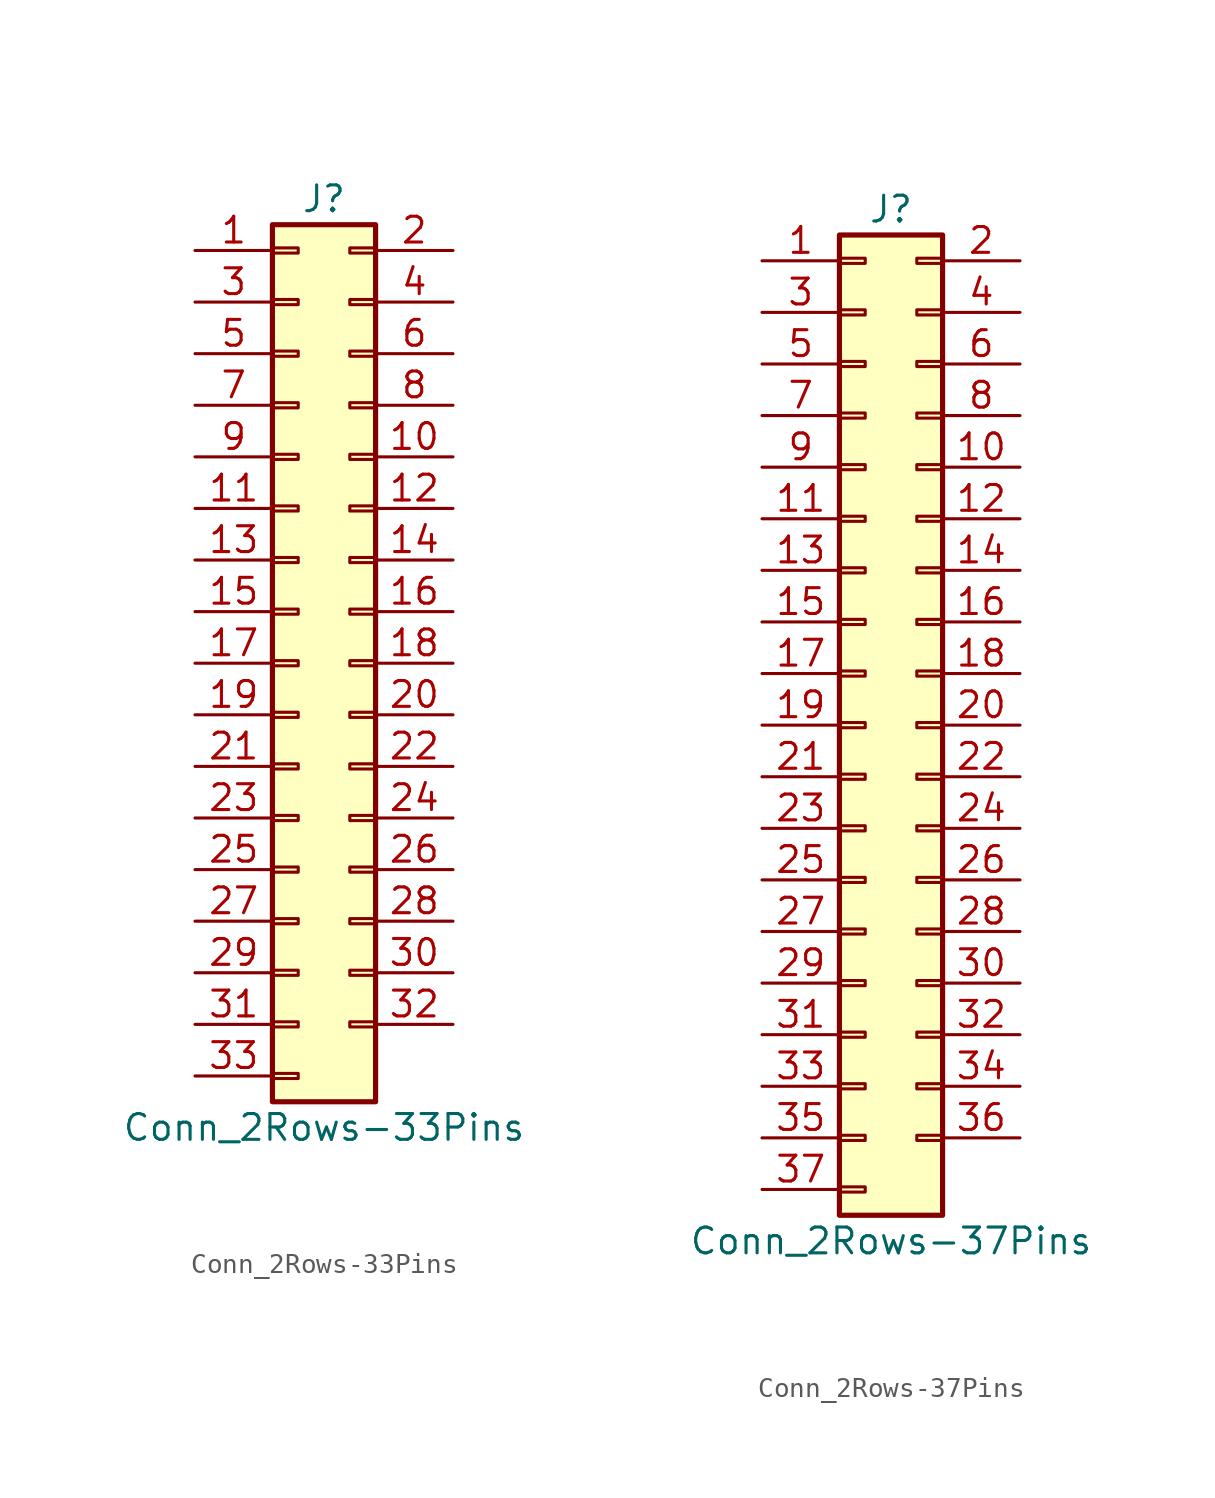
<source format=kicad_sym>
(kicad_symbol_lib
  (version 20220914)
  (generator kicad_symbol_editor)
  (symbol "Conn_2Rows-33Pins"
    (pin_names
      (offset 1.016) hide)
    (property "Reference" "J"
      (at 1.27 22.86 0)
      (effects (font (size 1.27 1.27))))
    (property "Value" "Conn_2Rows-33Pins"
      (at 1.27 -22.86 0)
      (effects (font (size 1.27 1.27))))
    (symbol "Conn_2Rows-33Pins_1_1"
      (rectangle (start -1.27 -20.193) (end 0 -20.447) (stroke (width 0.152) (type default)) (fill (type none)))
      (rectangle (start -1.27 -17.653) (end 0 -17.907) (stroke (width 0.152) (type default)) (fill (type none)))
      (rectangle (start -1.27 -15.113) (end 0 -15.367) (stroke (width 0.152) (type default)) (fill (type none)))
      (rectangle (start -1.27 -12.573) (end 0 -12.827) (stroke (width 0.152) (type default)) (fill (type none)))
      (rectangle (start -1.27 -10.033) (end 0 -10.287) (stroke (width 0.152) (type default)) (fill (type none)))
      (rectangle (start -1.27 -7.493) (end 0 -7.747) (stroke (width 0.152) (type default)) (fill (type none)))
      (rectangle (start -1.27 -4.953) (end 0 -5.207) (stroke (width 0.152) (type default)) (fill (type none)))
      (rectangle (start -1.27 -2.413) (end 0 -2.667) (stroke (width 0.152) (type default)) (fill (type none)))
      (rectangle (start -1.27 0.127) (end 0 -0.127) (stroke (width 0.152) (type default)) (fill (type none)))
      (rectangle (start -1.27 2.667) (end 0 2.413) (stroke (width 0.152) (type default)) (fill (type none)))
      (rectangle (start -1.27 5.207) (end 0 4.953) (stroke (width 0.152) (type default)) (fill (type none)))
      (rectangle (start -1.27 7.747) (end 0 7.493) (stroke (width 0.152) (type default)) (fill (type none)))
      (rectangle (start -1.27 10.287) (end 0 10.033) (stroke (width 0.152) (type default)) (fill (type none)))
      (rectangle (start -1.27 12.827) (end 0 12.573) (stroke (width 0.152) (type default)) (fill (type none)))
      (rectangle (start -1.27 15.367) (end 0 15.113) (stroke (width 0.152) (type default)) (fill (type none)))
      (rectangle (start -1.27 17.907) (end 0 17.653) (stroke (width 0.152) (type default)) (fill (type none)))
      (rectangle (start -1.27 20.447) (end 0 20.193) (stroke (width 0.152) (type default)) (fill (type none)))
      (rectangle (start -1.27 21.59) (end 3.81 -21.59) (stroke (width 0.254) (type default)) (fill (type background)))
      (rectangle (start 3.81 -17.653) (end 2.54 -17.907) (stroke (width 0.152) (type default)) (fill (type none)))
      (rectangle (start 3.81 -15.113) (end 2.54 -15.367) (stroke (width 0.152) (type default)) (fill (type none)))
      (rectangle (start 3.81 -12.573) (end 2.54 -12.827) (stroke (width 0.152) (type default)) (fill (type none)))
      (rectangle (start 3.81 -10.033) (end 2.54 -10.287) (stroke (width 0.152) (type default)) (fill (type none)))
      (rectangle (start 3.81 -7.493) (end 2.54 -7.747) (stroke (width 0.152) (type default)) (fill (type none)))
      (rectangle (start 3.81 -4.953) (end 2.54 -5.207) (stroke (width 0.152) (type default)) (fill (type none)))
      (rectangle (start 3.81 -2.413) (end 2.54 -2.667) (stroke (width 0.152) (type default)) (fill (type none)))
      (rectangle (start 3.81 0.127) (end 2.54 -0.127) (stroke (width 0.152) (type default)) (fill (type none)))
      (rectangle (start 3.81 2.667) (end 2.54 2.413) (stroke (width 0.152) (type default)) (fill (type none)))
      (rectangle (start 3.81 5.207) (end 2.54 4.953) (stroke (width 0.152) (type default)) (fill (type none)))
      (rectangle (start 3.81 7.747) (end 2.54 7.493) (stroke (width 0.152) (type default)) (fill (type none)))
      (rectangle (start 3.81 10.287) (end 2.54 10.033) (stroke (width 0.152) (type default)) (fill (type none)))
      (rectangle (start 3.81 12.827) (end 2.54 12.573) (stroke (width 0.152) (type default)) (fill (type none)))
      (rectangle (start 3.81 15.367) (end 2.54 15.113) (stroke (width 0.152) (type default)) (fill (type none)))
      (rectangle (start 3.81 17.907) (end 2.54 17.653) (stroke (width 0.152) (type default)) (fill (type none)))
      (rectangle (start 3.81 20.447) (end 2.54 20.193) (stroke (width 0.152) (type default)) (fill (type none)))
      (pin passive line (at -5.08 20.32 0) (length 3.81) (name "Pin_1" (effects (font (size 1.27 1.27)))) (number "1" (effects (font (size 1.27 1.27)))))
      (pin passive line (at 7.62 10.16 180) (length 3.81) (name "Pin_10" (effects (font (size 1.27 1.27)))) (number "10" (effects (font (size 1.27 1.27)))))
      (pin passive line (at -5.08 7.62 0) (length 3.81) (name "Pin_11" (effects (font (size 1.27 1.27)))) (number "11" (effects (font (size 1.27 1.27)))))
      (pin passive line (at 7.62 7.62 180) (length 3.81) (name "Pin_12" (effects (font (size 1.27 1.27)))) (number "12" (effects (font (size 1.27 1.27)))))
      (pin passive line (at -5.08 5.08 0) (length 3.81) (name "Pin_13" (effects (font (size 1.27 1.27)))) (number "13" (effects (font (size 1.27 1.27)))))
      (pin passive line (at 7.62 5.08 180) (length 3.81) (name "Pin_14" (effects (font (size 1.27 1.27)))) (number "14" (effects (font (size 1.27 1.27)))))
      (pin passive line (at -5.08 2.54 0) (length 3.81) (name "Pin_15" (effects (font (size 1.27 1.27)))) (number "15" (effects (font (size 1.27 1.27)))))
      (pin passive line (at 7.62 2.54 180) (length 3.81) (name "Pin_16" (effects (font (size 1.27 1.27)))) (number "16" (effects (font (size 1.27 1.27)))))
      (pin passive line (at -5.08 0 0) (length 3.81) (name "Pin_17" (effects (font (size 1.27 1.27)))) (number "17" (effects (font (size 1.27 1.27)))))
      (pin passive line (at 7.62 0 180) (length 3.81) (name "Pin_18" (effects (font (size 1.27 1.27)))) (number "18" (effects (font (size 1.27 1.27)))))
      (pin passive line (at -5.08 -2.54 0) (length 3.81) (name "Pin_19" (effects (font (size 1.27 1.27)))) (number "19" (effects (font (size 1.27 1.27)))))
      (pin passive line (at 7.62 20.32 180) (length 3.81) (name "Pin_2" (effects (font (size 1.27 1.27)))) (number "2" (effects (font (size 1.27 1.27)))))
      (pin passive line (at 7.62 -2.54 180) (length 3.81) (name "Pin_20" (effects (font (size 1.27 1.27)))) (number "20" (effects (font (size 1.27 1.27)))))
      (pin passive line (at -5.08 -5.08 0) (length 3.81) (name "Pin_21" (effects (font (size 1.27 1.27)))) (number "21" (effects (font (size 1.27 1.27)))))
      (pin passive line (at 7.62 -5.08 180) (length 3.81) (name "Pin_22" (effects (font (size 1.27 1.27)))) (number "22" (effects (font (size 1.27 1.27)))))
      (pin passive line (at -5.08 -7.62 0) (length 3.81) (name "Pin_23" (effects (font (size 1.27 1.27)))) (number "23" (effects (font (size 1.27 1.27)))))
      (pin passive line (at 7.62 -7.62 180) (length 3.81) (name "Pin_24" (effects (font (size 1.27 1.27)))) (number "24" (effects (font (size 1.27 1.27)))))
      (pin passive line (at -5.08 -10.16 0) (length 3.81) (name "Pin_25" (effects (font (size 1.27 1.27)))) (number "25" (effects (font (size 1.27 1.27)))))
      (pin passive line (at 7.62 -10.16 180) (length 3.81) (name "Pin_26" (effects (font (size 1.27 1.27)))) (number "26" (effects (font (size 1.27 1.27)))))
      (pin passive line (at -5.08 -12.7 0) (length 3.81) (name "Pin_27" (effects (font (size 1.27 1.27)))) (number "27" (effects (font (size 1.27 1.27)))))
      (pin passive line (at 7.62 -12.7 180) (length 3.81) (name "Pin_28" (effects (font (size 1.27 1.27)))) (number "28" (effects (font (size 1.27 1.27)))))
      (pin passive line (at -5.08 -15.24 0) (length 3.81) (name "Pin_29" (effects (font (size 1.27 1.27)))) (number "29" (effects (font (size 1.27 1.27)))))
      (pin passive line (at -5.08 17.78 0) (length 3.81) (name "Pin_3" (effects (font (size 1.27 1.27)))) (number "3" (effects (font (size 1.27 1.27)))))
      (pin passive line (at 7.62 -15.24 180) (length 3.81) (name "Pin_30" (effects (font (size 1.27 1.27)))) (number "30" (effects (font (size 1.27 1.27)))))
      (pin passive line (at -5.08 -17.78 0) (length 3.81) (name "Pin_31" (effects (font (size 1.27 1.27)))) (number "31" (effects (font (size 1.27 1.27)))))
      (pin passive line (at 7.62 -17.78 180) (length 3.81) (name "Pin_32" (effects (font (size 1.27 1.27)))) (number "32" (effects (font (size 1.27 1.27)))))
      (pin passive line (at -5.08 -20.32 0) (length 3.81) (name "Pin_33" (effects (font (size 1.27 1.27)))) (number "33" (effects (font (size 1.27 1.27)))))
      (pin passive line (at 7.62 17.78 180) (length 3.81) (name "Pin_4" (effects (font (size 1.27 1.27)))) (number "4" (effects (font (size 1.27 1.27)))))
      (pin passive line (at -5.08 15.24 0) (length 3.81) (name "Pin_5" (effects (font (size 1.27 1.27)))) (number "5" (effects (font (size 1.27 1.27)))))
      (pin passive line (at 7.62 15.24 180) (length 3.81) (name "Pin_6" (effects (font (size 1.27 1.27)))) (number "6" (effects (font (size 1.27 1.27)))))
      (pin passive line (at -5.08 12.7 0) (length 3.81) (name "Pin_7" (effects (font (size 1.27 1.27)))) (number "7" (effects (font (size 1.27 1.27)))))
      (pin passive line (at 7.62 12.7 180) (length 3.81) (name "Pin_8" (effects (font (size 1.27 1.27)))) (number "8" (effects (font (size 1.27 1.27)))))
      (pin passive line (at -5.08 10.16 0) (length 3.81) (name "Pin_9" (effects (font (size 1.27 1.27)))) (number "9" (effects (font (size 1.27 1.27)))))))
  (symbol "Conn_2Rows-37Pins"
    (pin_names
      (offset 1.016) hide)
    (property "Reference" "J"
      (at 1.27 25.4 0)
      (effects (font (size 1.27 1.27))))
    (property "Value" "Conn_2Rows-37Pins"
      (at 1.27 -25.4 0)
      (effects (font (size 1.27 1.27))))
    (symbol "Conn_2Rows-37Pins_1_1"
      (rectangle (start -1.27 -22.733) (end 0 -22.987) (stroke (width 0.152) (type default)) (fill (type none)))
      (rectangle (start -1.27 -20.193) (end 0 -20.447) (stroke (width 0.152) (type default)) (fill (type none)))
      (rectangle (start -1.27 -17.653) (end 0 -17.907) (stroke (width 0.152) (type default)) (fill (type none)))
      (rectangle (start -1.27 -15.113) (end 0 -15.367) (stroke (width 0.152) (type default)) (fill (type none)))
      (rectangle (start -1.27 -12.573) (end 0 -12.827) (stroke (width 0.152) (type default)) (fill (type none)))
      (rectangle (start -1.27 -10.033) (end 0 -10.287) (stroke (width 0.152) (type default)) (fill (type none)))
      (rectangle (start -1.27 -7.493) (end 0 -7.747) (stroke (width 0.152) (type default)) (fill (type none)))
      (rectangle (start -1.27 -4.953) (end 0 -5.207) (stroke (width 0.152) (type default)) (fill (type none)))
      (rectangle (start -1.27 -2.413) (end 0 -2.667) (stroke (width 0.152) (type default)) (fill (type none)))
      (rectangle (start -1.27 0.127) (end 0 -0.127) (stroke (width 0.152) (type default)) (fill (type none)))
      (rectangle (start -1.27 2.667) (end 0 2.413) (stroke (width 0.152) (type default)) (fill (type none)))
      (rectangle (start -1.27 5.207) (end 0 4.953) (stroke (width 0.152) (type default)) (fill (type none)))
      (rectangle (start -1.27 7.747) (end 0 7.493) (stroke (width 0.152) (type default)) (fill (type none)))
      (rectangle (start -1.27 10.287) (end 0 10.033) (stroke (width 0.152) (type default)) (fill (type none)))
      (rectangle (start -1.27 12.827) (end 0 12.573) (stroke (width 0.152) (type default)) (fill (type none)))
      (rectangle (start -1.27 15.367) (end 0 15.113) (stroke (width 0.152) (type default)) (fill (type none)))
      (rectangle (start -1.27 17.907) (end 0 17.653) (stroke (width 0.152) (type default)) (fill (type none)))
      (rectangle (start -1.27 20.447) (end 0 20.193) (stroke (width 0.152) (type default)) (fill (type none)))
      (rectangle (start -1.27 22.987) (end 0 22.733) (stroke (width 0.152) (type default)) (fill (type none)))
      (rectangle (start -1.27 24.13) (end 3.81 -24.13) (stroke (width 0.254) (type default)) (fill (type background)))
      (rectangle (start 3.81 -20.193) (end 2.54 -20.447) (stroke (width 0.152) (type default)) (fill (type none)))
      (rectangle (start 3.81 -17.653) (end 2.54 -17.907) (stroke (width 0.152) (type default)) (fill (type none)))
      (rectangle (start 3.81 -15.113) (end 2.54 -15.367) (stroke (width 0.152) (type default)) (fill (type none)))
      (rectangle (start 3.81 -12.573) (end 2.54 -12.827) (stroke (width 0.152) (type default)) (fill (type none)))
      (rectangle (start 3.81 -10.033) (end 2.54 -10.287) (stroke (width 0.152) (type default)) (fill (type none)))
      (rectangle (start 3.81 -7.493) (end 2.54 -7.747) (stroke (width 0.152) (type default)) (fill (type none)))
      (rectangle (start 3.81 -4.953) (end 2.54 -5.207) (stroke (width 0.152) (type default)) (fill (type none)))
      (rectangle (start 3.81 -2.413) (end 2.54 -2.667) (stroke (width 0.152) (type default)) (fill (type none)))
      (rectangle (start 3.81 0.127) (end 2.54 -0.127) (stroke (width 0.152) (type default)) (fill (type none)))
      (rectangle (start 3.81 2.667) (end 2.54 2.413) (stroke (width 0.152) (type default)) (fill (type none)))
      (rectangle (start 3.81 5.207) (end 2.54 4.953) (stroke (width 0.152) (type default)) (fill (type none)))
      (rectangle (start 3.81 7.747) (end 2.54 7.493) (stroke (width 0.152) (type default)) (fill (type none)))
      (rectangle (start 3.81 10.287) (end 2.54 10.033) (stroke (width 0.152) (type default)) (fill (type none)))
      (rectangle (start 3.81 12.827) (end 2.54 12.573) (stroke (width 0.152) (type default)) (fill (type none)))
      (rectangle (start 3.81 15.367) (end 2.54 15.113) (stroke (width 0.152) (type default)) (fill (type none)))
      (rectangle (start 3.81 17.907) (end 2.54 17.653) (stroke (width 0.152) (type default)) (fill (type none)))
      (rectangle (start 3.81 20.447) (end 2.54 20.193) (stroke (width 0.152) (type default)) (fill (type none)))
      (rectangle (start 3.81 22.987) (end 2.54 22.733) (stroke (width 0.152) (type default)) (fill (type none)))
      (pin passive line (at -5.08 22.86 0) (length 3.81) (name "Pin_1" (effects (font (size 1.27 1.27)))) (number "1" (effects (font (size 1.27 1.27)))))
      (pin passive line (at 7.62 12.7 180) (length 3.81) (name "Pin_10" (effects (font (size 1.27 1.27)))) (number "10" (effects (font (size 1.27 1.27)))))
      (pin passive line (at -5.08 10.16 0) (length 3.81) (name "Pin_11" (effects (font (size 1.27 1.27)))) (number "11" (effects (font (size 1.27 1.27)))))
      (pin passive line (at 7.62 10.16 180) (length 3.81) (name "Pin_12" (effects (font (size 1.27 1.27)))) (number "12" (effects (font (size 1.27 1.27)))))
      (pin passive line (at -5.08 7.62 0) (length 3.81) (name "Pin_13" (effects (font (size 1.27 1.27)))) (number "13" (effects (font (size 1.27 1.27)))))
      (pin passive line (at 7.62 7.62 180) (length 3.81) (name "Pin_14" (effects (font (size 1.27 1.27)))) (number "14" (effects (font (size 1.27 1.27)))))
      (pin passive line (at -5.08 5.08 0) (length 3.81) (name "Pin_15" (effects (font (size 1.27 1.27)))) (number "15" (effects (font (size 1.27 1.27)))))
      (pin passive line (at 7.62 5.08 180) (length 3.81) (name "Pin_16" (effects (font (size 1.27 1.27)))) (number "16" (effects (font (size 1.27 1.27)))))
      (pin passive line (at -5.08 2.54 0) (length 3.81) (name "Pin_17" (effects (font (size 1.27 1.27)))) (number "17" (effects (font (size 1.27 1.27)))))
      (pin passive line (at 7.62 2.54 180) (length 3.81) (name "Pin_18" (effects (font (size 1.27 1.27)))) (number "18" (effects (font (size 1.27 1.27)))))
      (pin passive line (at -5.08 0 0) (length 3.81) (name "Pin_19" (effects (font (size 1.27 1.27)))) (number "19" (effects (font (size 1.27 1.27)))))
      (pin passive line (at 7.62 22.86 180) (length 3.81) (name "Pin_2" (effects (font (size 1.27 1.27)))) (number "2" (effects (font (size 1.27 1.27)))))
      (pin passive line (at 7.62 0 180) (length 3.81) (name "Pin_20" (effects (font (size 1.27 1.27)))) (number "20" (effects (font (size 1.27 1.27)))))
      (pin passive line (at -5.08 -2.54 0) (length 3.81) (name "Pin_21" (effects (font (size 1.27 1.27)))) (number "21" (effects (font (size 1.27 1.27)))))
      (pin passive line (at 7.62 -2.54 180) (length 3.81) (name "Pin_22" (effects (font (size 1.27 1.27)))) (number "22" (effects (font (size 1.27 1.27)))))
      (pin passive line (at -5.08 -5.08 0) (length 3.81) (name "Pin_23" (effects (font (size 1.27 1.27)))) (number "23" (effects (font (size 1.27 1.27)))))
      (pin passive line (at 7.62 -5.08 180) (length 3.81) (name "Pin_24" (effects (font (size 1.27 1.27)))) (number "24" (effects (font (size 1.27 1.27)))))
      (pin passive line (at -5.08 -7.62 0) (length 3.81) (name "Pin_25" (effects (font (size 1.27 1.27)))) (number "25" (effects (font (size 1.27 1.27)))))
      (pin passive line (at 7.62 -7.62 180) (length 3.81) (name "Pin_26" (effects (font (size 1.27 1.27)))) (number "26" (effects (font (size 1.27 1.27)))))
      (pin passive line (at -5.08 -10.16 0) (length 3.81) (name "Pin_27" (effects (font (size 1.27 1.27)))) (number "27" (effects (font (size 1.27 1.27)))))
      (pin passive line (at 7.62 -10.16 180) (length 3.81) (name "Pin_28" (effects (font (size 1.27 1.27)))) (number "28" (effects (font (size 1.27 1.27)))))
      (pin passive line (at -5.08 -12.7 0) (length 3.81) (name "Pin_29" (effects (font (size 1.27 1.27)))) (number "29" (effects (font (size 1.27 1.27)))))
      (pin passive line (at -5.08 20.32 0) (length 3.81) (name "Pin_3" (effects (font (size 1.27 1.27)))) (number "3" (effects (font (size 1.27 1.27)))))
      (pin passive line (at 7.62 -12.7 180) (length 3.81) (name "Pin_30" (effects (font (size 1.27 1.27)))) (number "30" (effects (font (size 1.27 1.27)))))
      (pin passive line (at -5.08 -15.24 0) (length 3.81) (name "Pin_31" (effects (font (size 1.27 1.27)))) (number "31" (effects (font (size 1.27 1.27)))))
      (pin passive line (at 7.62 -15.24 180) (length 3.81) (name "Pin_32" (effects (font (size 1.27 1.27)))) (number "32" (effects (font (size 1.27 1.27)))))
      (pin passive line (at -5.08 -17.78 0) (length 3.81) (name "Pin_33" (effects (font (size 1.27 1.27)))) (number "33" (effects (font (size 1.27 1.27)))))
      (pin passive line (at 7.62 -17.78 180) (length 3.81) (name "Pin_34" (effects (font (size 1.27 1.27)))) (number "34" (effects (font (size 1.27 1.27)))))
      (pin passive line (at -5.08 -20.32 0) (length 3.81) (name "Pin_35" (effects (font (size 1.27 1.27)))) (number "35" (effects (font (size 1.27 1.27)))))
      (pin passive line (at 7.62 -20.32 180) (length 3.81) (name "Pin_36" (effects (font (size 1.27 1.27)))) (number "36" (effects (font (size 1.27 1.27)))))
      (pin passive line (at -5.08 -22.86 0) (length 3.81) (name "Pin_37" (effects (font (size 1.27 1.27)))) (number "37" (effects (font (size 1.27 1.27)))))
      (pin passive line (at 7.62 20.32 180) (length 3.81) (name "Pin_4" (effects (font (size 1.27 1.27)))) (number "4" (effects (font (size 1.27 1.27)))))
      (pin passive line (at -5.08 17.78 0) (length 3.81) (name "Pin_5" (effects (font (size 1.27 1.27)))) (number "5" (effects (font (size 1.27 1.27)))))
      (pin passive line (at 7.62 17.78 180) (length 3.81) (name "Pin_6" (effects (font (size 1.27 1.27)))) (number "6" (effects (font (size 1.27 1.27)))))
      (pin passive line (at -5.08 15.24 0) (length 3.81) (name "Pin_7" (effects (font (size 1.27 1.27)))) (number "7" (effects (font (size 1.27 1.27)))))
      (pin passive line (at 7.62 15.24 180) (length 3.81) (name "Pin_8" (effects (font (size 1.27 1.27)))) (number "8" (effects (font (size 1.27 1.27)))))
      (pin passive line (at -5.08 12.7 0) (length 3.81) (name "Pin_9" (effects (font (size 1.27 1.27)))) (number "9" (effects (font (size 1.27 1.27))))))))
</source>
